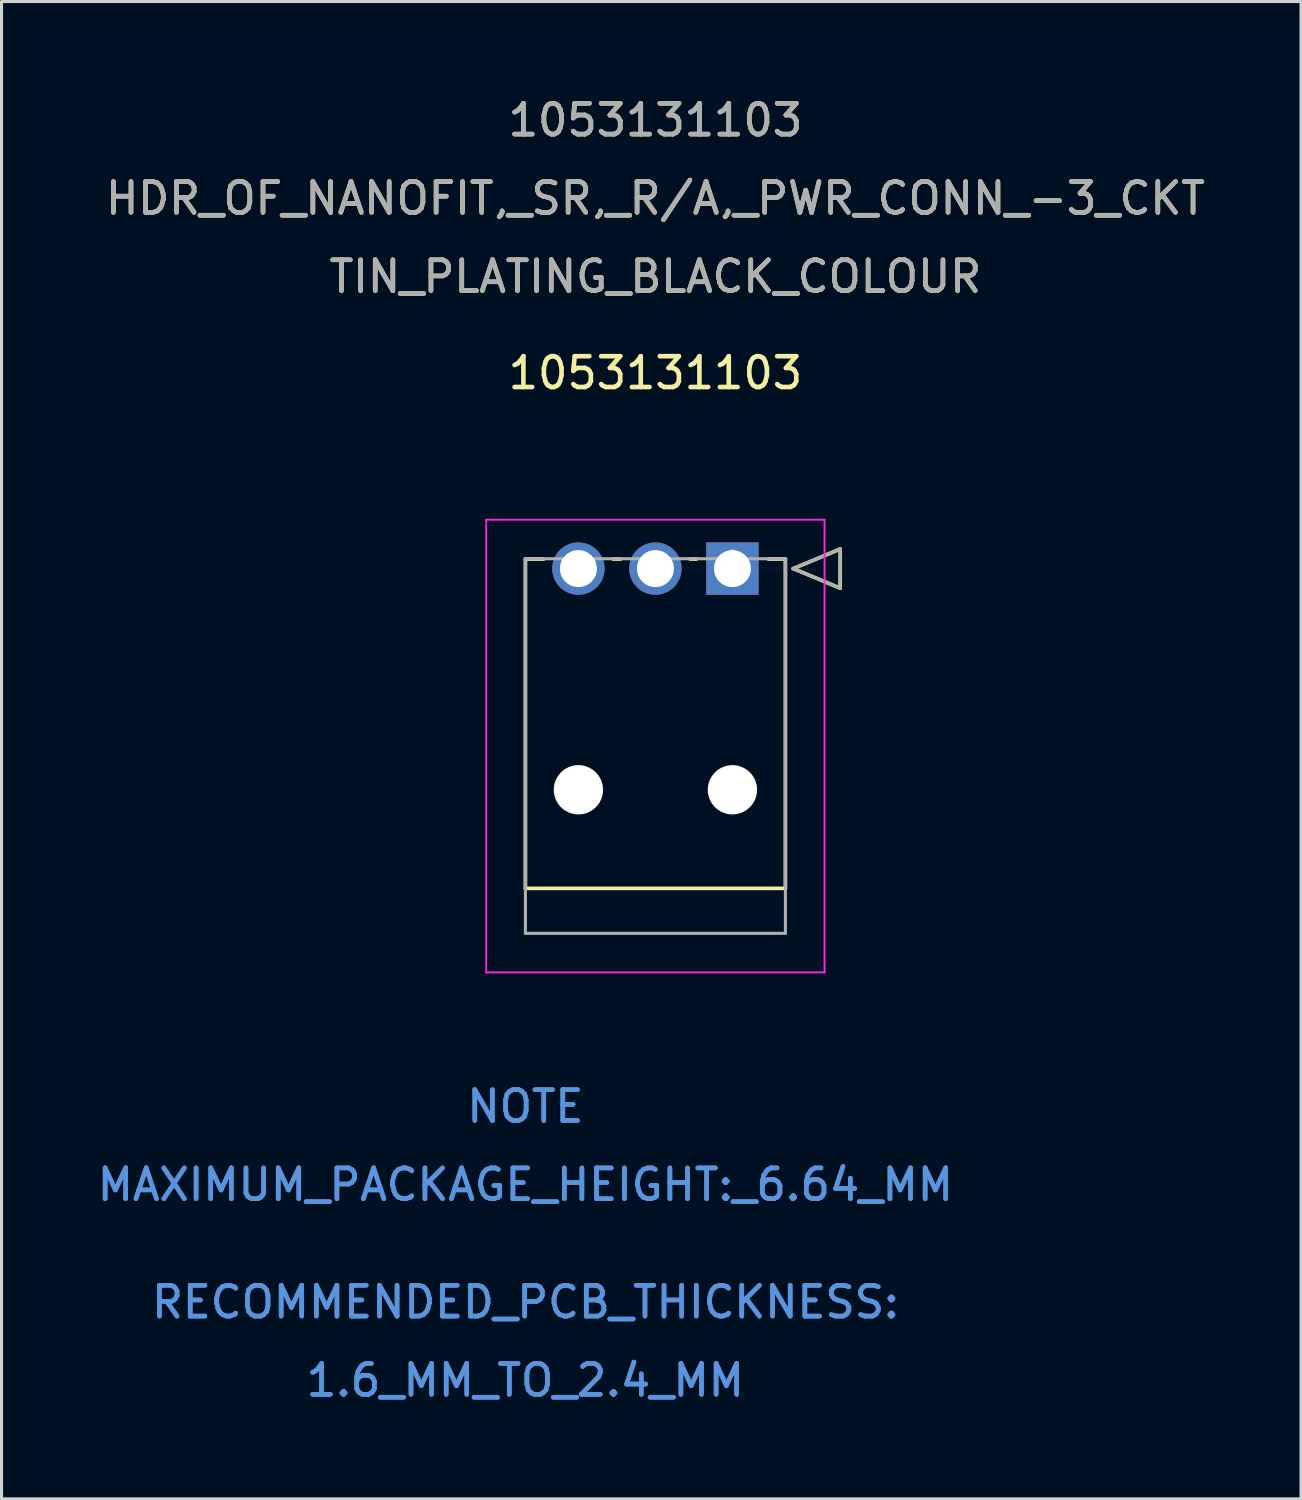
<source format=kicad_pcb>
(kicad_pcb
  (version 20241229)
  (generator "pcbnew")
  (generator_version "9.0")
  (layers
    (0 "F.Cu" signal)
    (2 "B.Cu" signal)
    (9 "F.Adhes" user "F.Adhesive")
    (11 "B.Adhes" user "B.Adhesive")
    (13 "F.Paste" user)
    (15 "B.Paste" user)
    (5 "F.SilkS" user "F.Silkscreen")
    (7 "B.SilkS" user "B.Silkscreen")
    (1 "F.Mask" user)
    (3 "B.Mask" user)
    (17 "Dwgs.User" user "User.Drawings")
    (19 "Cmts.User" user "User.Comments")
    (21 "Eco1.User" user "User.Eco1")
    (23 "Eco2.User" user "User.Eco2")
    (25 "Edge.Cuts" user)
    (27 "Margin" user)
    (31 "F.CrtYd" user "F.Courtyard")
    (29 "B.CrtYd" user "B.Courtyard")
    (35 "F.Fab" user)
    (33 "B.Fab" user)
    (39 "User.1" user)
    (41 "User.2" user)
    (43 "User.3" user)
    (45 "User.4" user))
  (footprint "1053131103"
    (layer "F.Cu")
    (at 20.726 15.408)
    (property "Reference" "1053131103" (at -2.5 -6.35 0) (layer "F.SilkS") (effects (font (size 1 1) (thickness 0.15))))
    (attr through_hole)
    (fp_line (start -6.72 -0.31) (end -6.72 10.38) (stroke (width 0.12) (type solid)) (layer "F.SilkS"))
    (fp_line (start -6.72 10.38) (end 1.72 10.38) (stroke (width 0.12) (type solid)) (layer "F.SilkS"))
    (fp_line (start -6.128 -0.31) (end -6.72 -0.31) (stroke (width 0.12) (type solid)) (layer "F.SilkS"))
    (fp_line (start -3.628 -0.31) (end -3.872 -0.31) (stroke (width 0.12) (type solid)) (layer "F.SilkS"))
    (fp_line (start -1.17 -0.31) (end -1.372 -0.31) (stroke (width 0.12) (type solid)) (layer "F.SilkS"))
    (fp_line (start 1.72 -0.31) (end 1.17 -0.31) (stroke (width 0.12) (type solid)) (layer "F.SilkS"))
    (fp_line (start 1.72 10.38) (end 1.72 -0.31) (stroke (width 0.12) (type solid)) (layer "F.SilkS"))
    (fp_line (start 1.974 0) (end 3.498 -0.635) (stroke (width 0.12) (type solid)) (layer "F.SilkS"))
    (fp_line (start 3.498 -0.635) (end 3.498 0.635) (stroke (width 0.12) (type solid)) (layer "F.SilkS"))
    (fp_line (start 3.498 0.635) (end 1.974 0) (stroke (width 0.12) (type solid)) (layer "F.SilkS"))
    (fp_line (start -7.99 -1.59) (end -7.99 13.11) (stroke (width 0.05) (type solid)) (layer "F.CrtYd"))
    (fp_line (start -7.99 -1.59) (end -7.99 13.11) (stroke (width 0.05) (type solid)) (layer "F.CrtYd"))
    (fp_line (start -7.99 13.11) (end 2.99 13.11) (stroke (width 0.05) (type solid)) (layer "F.CrtYd"))
    (fp_line (start -7.99 13.11) (end 2.99 13.11) (stroke (width 0.05) (type solid)) (layer "F.CrtYd"))
    (fp_line (start 2.99 -1.59) (end -7.99 -1.59) (stroke (width 0.05) (type solid)) (layer "F.CrtYd"))
    (fp_line (start 2.99 -1.59) (end -7.99 -1.59) (stroke (width 0.05) (type solid)) (layer "F.CrtYd"))
    (fp_line (start 2.99 13.11) (end 2.99 -1.59) (stroke (width 0.05) (type solid)) (layer "F.CrtYd"))
    (fp_line (start 2.99 13.11) (end 2.99 -1.59) (stroke (width 0.05) (type solid)) (layer "F.CrtYd"))
    (fp_line (start -6.72 -0.32) (end -6.72 11.84) (stroke (width 0.1) (type solid)) (layer "F.Fab"))
    (fp_line (start -6.72 11.84) (end 1.72 11.84) (stroke (width 0.1) (type solid)) (layer "F.Fab"))
    (fp_line (start 1.72 -0.32) (end -6.72 -0.32) (stroke (width 0.1) (type solid)) (layer "F.Fab"))
    (fp_line (start 1.72 11.84) (end 1.72 -0.32) (stroke (width 0.1) (type solid)) (layer "F.Fab"))
    (fp_line (start 1.974 0) (end 3.498 -0.635) (stroke (width 0.1) (type solid)) (layer "F.Fab"))
    (fp_line (start 3.498 -0.635) (end 3.498 0.635) (stroke (width 0.1) (type solid)) (layer "F.Fab"))
    (fp_line (start 3.498 0.635) (end 1.974 0) (stroke (width 0.1) (type solid)) (layer "F.Fab"))
    (fp_text user "*" (at 0 0 0) (layer "F.SilkS") (effects (font (size 1 1) (thickness 0.15))))
    (fp_text user "HDR_OF_NANOFIT,_SR,_R/A,_PWR_CONN_-3_CKT" (at -2.5 -12.02 0) (layer "F.SilkS") (effects (font (size 1 1) (thickness 0.15))))
    (fp_text user "1053131103" (at -2.5 -14.56 0) (layer "F.SilkS") (effects (font (size 1 1) (thickness 0.15))))
    (fp_text user "TIN_PLATING_BLACK_COLOUR" (at -2.5 -9.48 0) (layer "F.SilkS") (effects (font (size 1 1) (thickness 0.15))))
    (fp_text user "MAXIMUM_PACKAGE_HEIGHT:_6.64_MM" (at -6.72 20 0) (layer "Cmts.User") (effects (font (size 1 1) (thickness 0.15))))
    (fp_text user "Copyright 2021 Accelerated Designs. All rights reserved." (at 0 0 0) (layer "Cmts.User") (effects (font (size 0.127 0.127) (thickness 0.002))))
    (fp_text user "1.6_MM_TO_2.4_MM" (at -6.72 26.35 0) (layer "Cmts.User") (effects (font (size 1 1) (thickness 0.15))))
    (fp_text user "NOTE" (at -6.72 17.46 0) (layer "Cmts.User") (effects (font (size 1 1) (thickness 0.15))))
    (fp_text user "MAXIMUM_PACKAGE_HEIGHT:_6.64_MM" (at -6.72 20 0) (layer "Cmts.User") (effects (font (size 1 1) (thickness 0.15))))
    (fp_text user "RECOMMENDED_PCB_THICKNESS:" (at -6.72 23.81 0) (layer "Cmts.User") (effects (font (size 1 1) (thickness 0.15))))
    (fp_text user "RECOMMENDED_PCB_THICKNESS:" (at -6.72 23.81 0) (layer "Cmts.User") (effects (font (size 1 1) (thickness 0.15))))
    (fp_text user "1.6_MM_TO_2.4_MM" (at -6.72 26.35 0) (layer "Cmts.User") (effects (font (size 1 1) (thickness 0.15))))
    (fp_text user "NOTE" (at -6.72 17.46 0) (layer "Cmts.User") (effects (font (size 1 1) (thickness 0.15))))
    (fp_text user "TIN_PLATING_BLACK_COLOUR" (at -2.5 -9.48 0) (layer "F.Fab") (effects (font (size 1 1) (thickness 0.15))))
    (fp_text user "*" (at 0 0 0) (layer "F.Fab") (effects (font (size 1 1) (thickness 0.15))))
    (fp_text user "1053131103" (at -2.5 -14.56 0) (layer "F.Fab") (effects (font (size 1 1) (thickness 0.15))))
    (fp_text user "HDR_OF_NANOFIT,_SR,_R/A,_PWR_CONN_-3_CKT" (at -2.5 -12.02 0) (layer "F.Fab") (effects (font (size 1 1) (thickness 0.15))))
    (pad "" np_thru_hole circle (at -5 7.18) (size 1.6 1.6) (drill 1.6) (layers "*.Cu" "*.Mask"))
    (pad "" np_thru_hole circle (at 0 7.18) (size 1.6 1.6) (drill 1.6) (layers "*.Cu" "*.Mask"))
    (pad "1" thru_hole rect (at 0 0) (size 1.7 1.7) (drill 1.2) (layers "*.Cu" "*.Mask"))
    (pad "2" thru_hole circle (at -2.5 0) (size 1.7 1.7) (drill 1.2) (layers "*.Cu" "*.Mask"))
    (pad "3" thru_hole circle (at -5 0) (size 1.7 1.7) (drill 1.2) (layers "*.Cu" "*.Mask")))
  (gr_rect
    (start -3 -3)
    (end 39.184 45.607)
    (stroke (width 0.1) (type default))
    (fill no)
    (layer "Edge.Cuts")))
</source>
